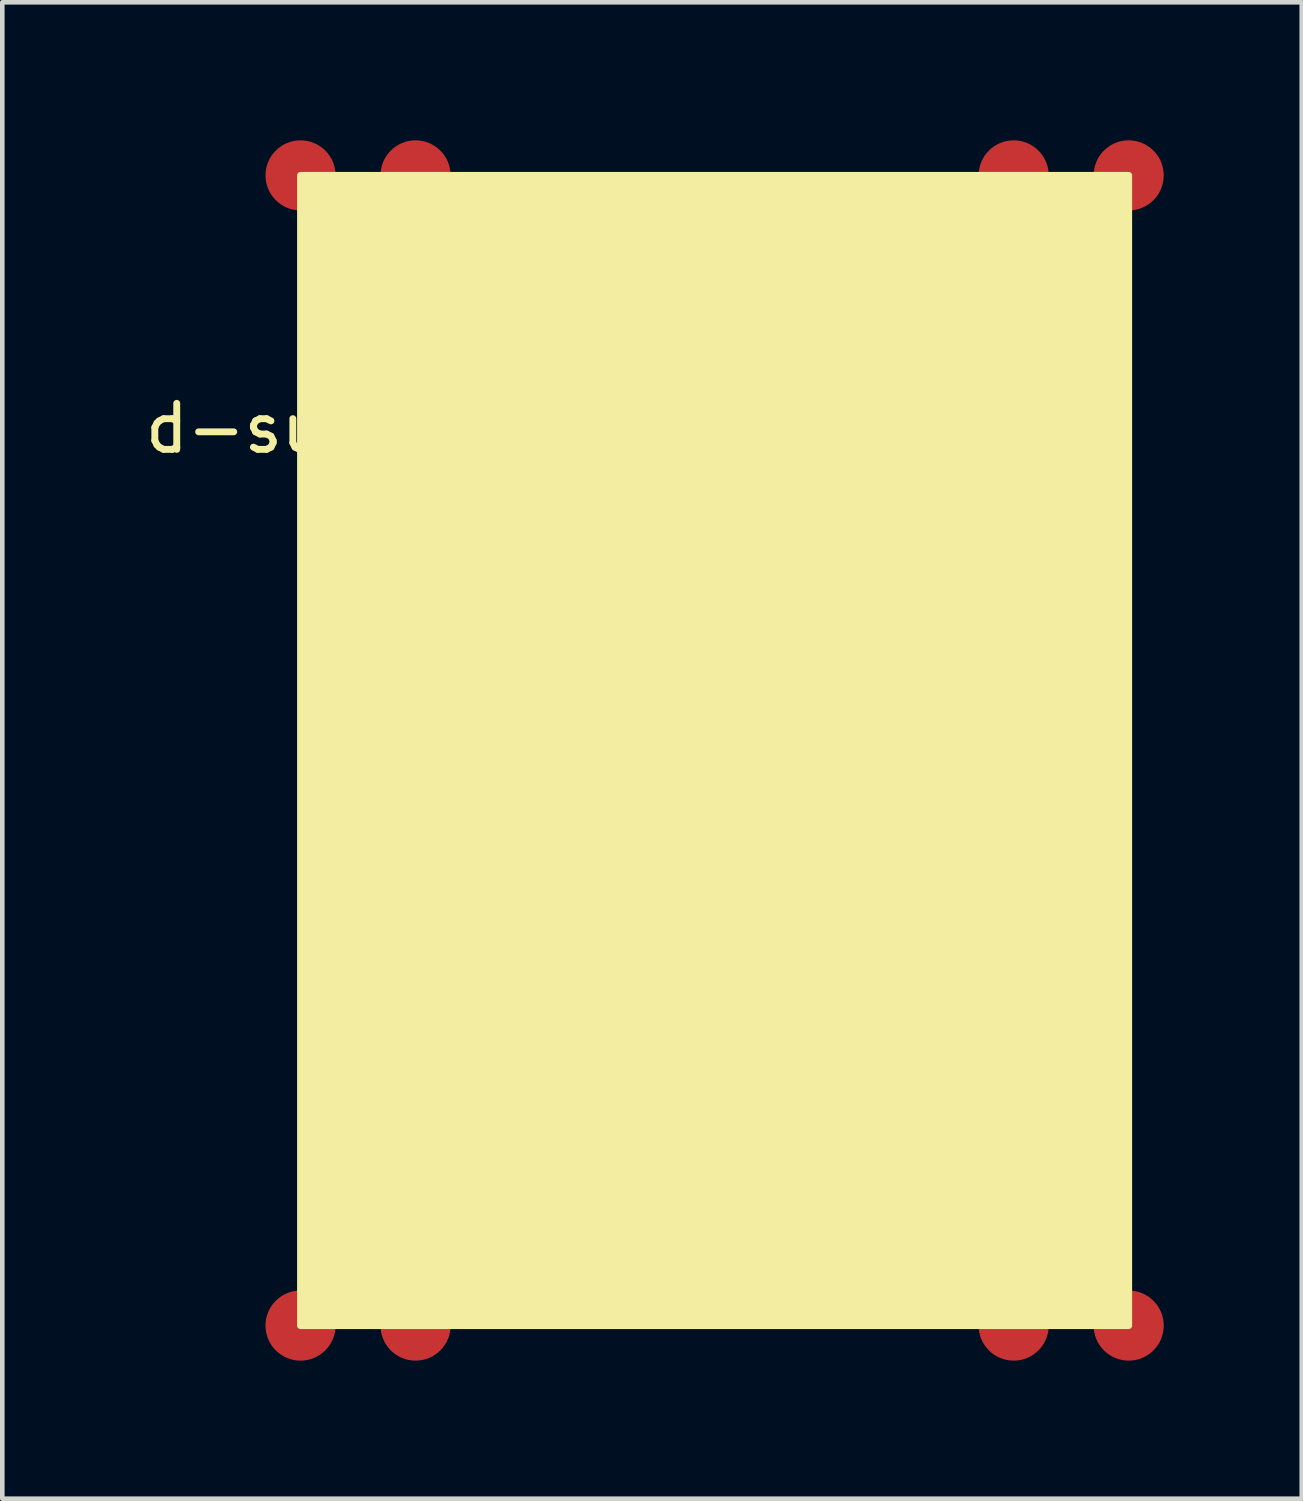
<source format=kicad_pcb>
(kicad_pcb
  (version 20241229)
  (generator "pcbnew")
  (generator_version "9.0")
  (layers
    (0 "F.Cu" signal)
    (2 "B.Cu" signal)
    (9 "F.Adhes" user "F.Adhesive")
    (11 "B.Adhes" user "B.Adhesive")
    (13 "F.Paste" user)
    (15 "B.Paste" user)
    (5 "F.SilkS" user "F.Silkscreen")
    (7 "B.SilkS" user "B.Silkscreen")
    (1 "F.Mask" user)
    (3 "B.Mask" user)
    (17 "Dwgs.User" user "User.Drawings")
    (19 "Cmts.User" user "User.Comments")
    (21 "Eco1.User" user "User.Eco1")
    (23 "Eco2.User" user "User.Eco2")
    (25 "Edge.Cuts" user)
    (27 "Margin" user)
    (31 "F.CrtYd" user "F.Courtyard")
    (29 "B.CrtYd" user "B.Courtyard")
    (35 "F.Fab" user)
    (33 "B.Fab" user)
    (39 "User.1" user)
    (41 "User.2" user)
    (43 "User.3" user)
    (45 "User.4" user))
  (footprint "d-sun buck converter"
    (layer "F.Cu")
    (at 3.482 0.762)
    (property "Reference" "d-sun buck converter" (at 5 5.5 0) (layer "F.SilkS") (effects (font (size 1 1) (thickness 0.15))))
    (attr through_hole)
    (fp_poly (pts (xy 0 0) (xy 0 25) (xy 18 25) (xy 18 0)) (stroke (width 0.15) (type solid)) (fill yes) (layer "F.SilkS"))
    (pad "1" connect circle (at 0 0) (size 1.524 1.524) (layers "F.Cu" "F.Mask"))
    (pad "2" connect circle (at 2.5 0) (size 1.524 1.524) (layers "F.Cu" "F.Mask"))
    (pad "3" connect circle (at 15.5 0) (size 1.524 1.524) (layers "F.Cu" "F.Mask"))
    (pad "4" connect circle (at 18 0) (size 1.524 1.524) (layers "F.Cu" "F.Mask"))
    (pad "5" connect circle (at 0 25) (size 1.524 1.524) (layers "F.Cu" "F.Mask"))
    (pad "6" connect circle (at 2.5 25) (size 1.524 1.524) (layers "F.Cu" "F.Mask"))
    (pad "7" connect circle (at 15.5 25) (size 1.524 1.524) (layers "F.Cu" "F.Mask"))
    (pad "8" connect circle (at 18 25) (size 1.524 1.524) (layers "F.Cu" "F.Mask")))
  (gr_rect
    (start -3 -3)
    (end 25.244 29.524)
    (stroke (width 0.1) (type default))
    (fill no)
    (layer "Edge.Cuts")))
</source>
